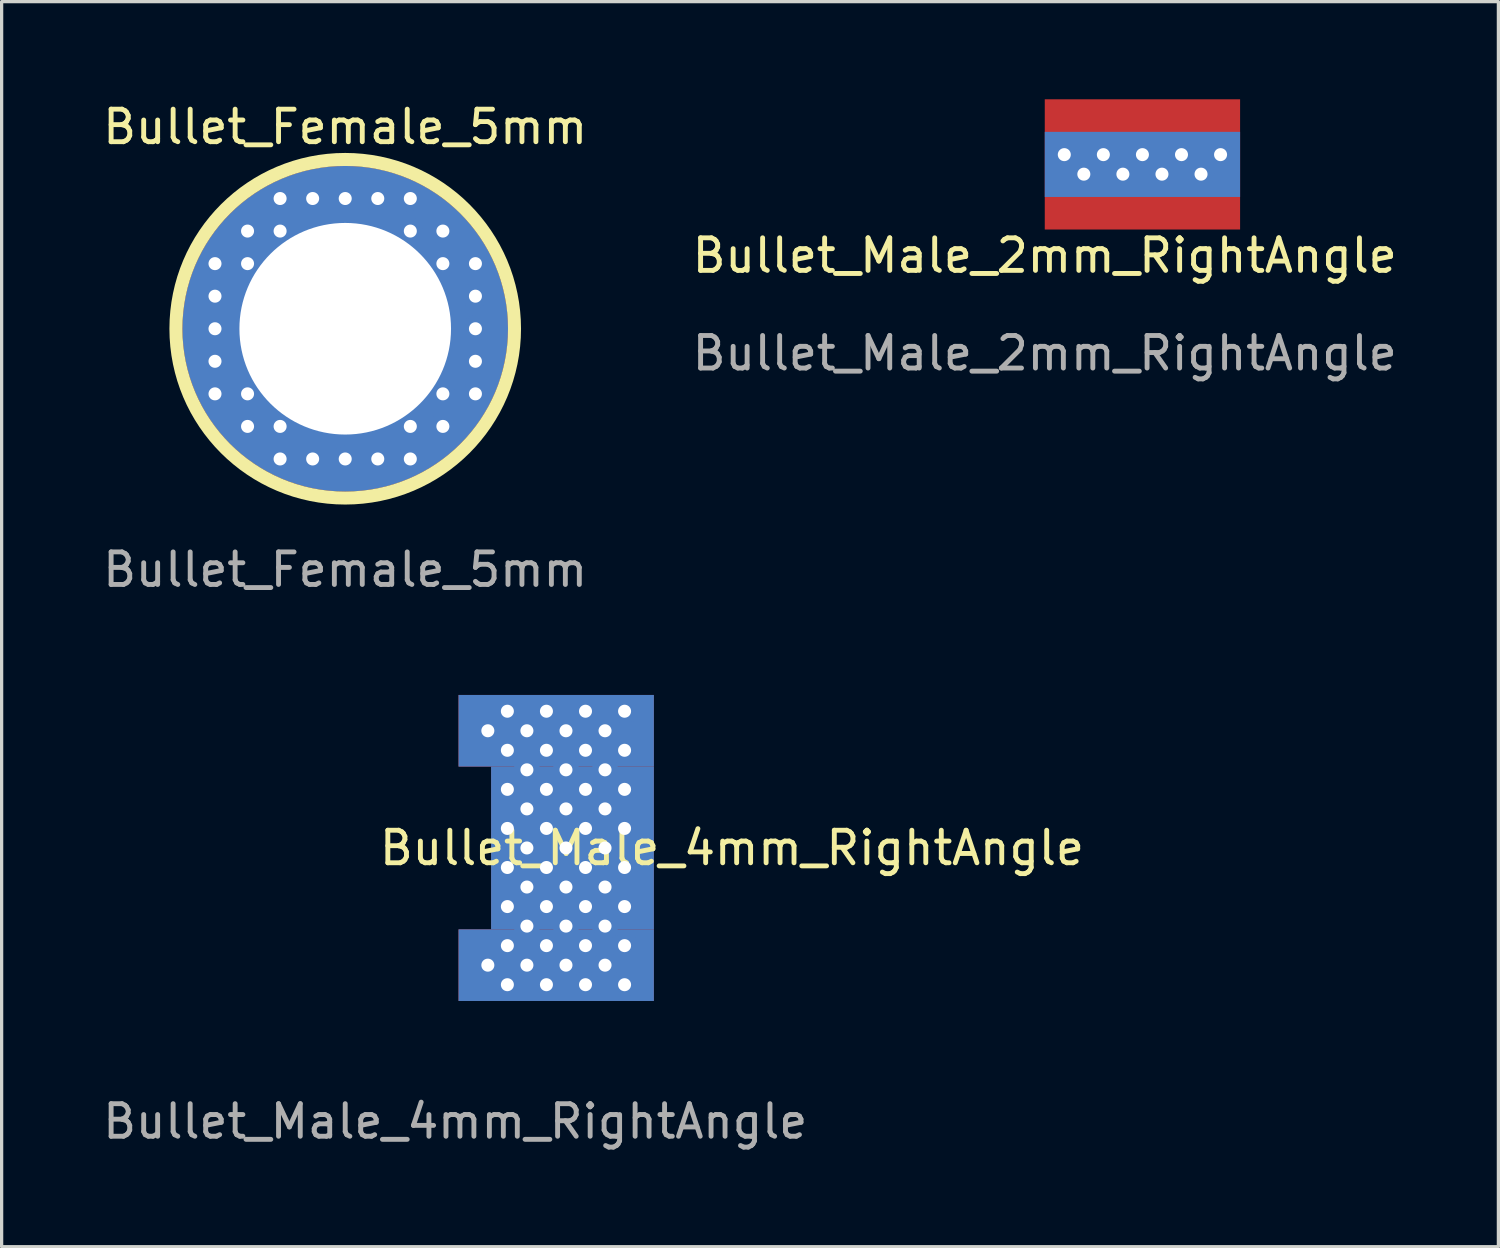
<source format=kicad_pcb>
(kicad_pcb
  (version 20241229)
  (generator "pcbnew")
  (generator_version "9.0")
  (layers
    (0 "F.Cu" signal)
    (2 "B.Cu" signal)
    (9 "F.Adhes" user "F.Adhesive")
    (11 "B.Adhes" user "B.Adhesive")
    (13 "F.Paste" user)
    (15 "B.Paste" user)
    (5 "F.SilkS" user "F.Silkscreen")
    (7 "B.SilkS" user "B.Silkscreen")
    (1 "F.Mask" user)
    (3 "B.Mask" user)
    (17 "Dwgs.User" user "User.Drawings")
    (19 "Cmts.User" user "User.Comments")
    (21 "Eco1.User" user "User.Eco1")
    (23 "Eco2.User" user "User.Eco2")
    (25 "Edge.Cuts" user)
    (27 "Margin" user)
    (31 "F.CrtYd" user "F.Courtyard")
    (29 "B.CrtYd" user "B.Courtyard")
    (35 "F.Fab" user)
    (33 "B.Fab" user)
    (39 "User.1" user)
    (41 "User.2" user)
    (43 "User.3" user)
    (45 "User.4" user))
  (footprint "Bullet_Male_2mm_RightAngle"
    (layer "F.Cu")
    (at 29.042 2)
    (property "Reference" "Bullet_Male_2mm_RightAngle" (at 0 2.8 0) (unlocked yes) (layer "F.SilkS") (effects (font (size 1 1) (thickness 0.15))))
    (attr smd)
    (fp_text user "${REFERENCE}" (at 0 5.8 0) (unlocked yes) (layer "F.Fab") (effects (font (size 1 1) (thickness 0.15))))
    (pad "1" thru_hole circle (at 0.6 -0.3) (size 0.8 0.8) (drill 0.4) (layers "*.Cu"))
    (pad "1" thru_hole circle (at 1.2 0.3) (size 0.8 0.8) (drill 0.4) (layers "*.Cu"))
    (pad "1" thru_hole circle (at 1.8 -0.3) (size 0.8 0.8) (drill 0.4) (layers "*.Cu"))
    (pad "1" thru_hole circle (at 2.4 0.3) (size 0.8 0.8) (drill 0.4) (layers "*.Cu"))
    (pad "1" thru_hole circle (at 3 -0.3) (size 0.8 0.8) (drill 0.4) (layers "*.Cu"))
    (pad "1" smd rect (at 3 0) (size 6 2) (layers "B.Cu"))
    (pad "1" smd rect (at 3 0) (size 6 4) (layers "F.Cu" "F.Mask" "F.Paste"))
    (pad "1" thru_hole circle (at 3.6 0.3) (size 0.8 0.8) (drill 0.4) (layers "*.Cu"))
    (pad "1" thru_hole circle (at 4.2 -0.3) (size 0.8 0.8) (drill 0.4) (layers "*.Cu"))
    (pad "1" thru_hole circle (at 4.8 0.3) (size 0.8 0.8) (drill 0.4) (layers "*.Cu"))
    (pad "1" thru_hole circle (at 5.4 -0.3) (size 0.8 0.8) (drill 0.4) (layers "*.Cu")))
  (footprint "Bullet_Male_4mm_RightAngle"
    (layer "F.Cu")
    (at 10.935 22.997)
    (property "Reference" "Bullet_Male_4mm_RightAngle" (at 8.5 0 0) (unlocked yes) (layer "F.SilkS") (effects (font (size 1 1) (thickness 0.15))))
    (attr through_hole)
    (fp_text user "${REFERENCE}" (at 0 8.4 0) (unlocked yes) (layer "F.Fab") (effects (font (size 1 1) (thickness 0.15))))
    (pad "1" thru_hole circle (at 1 -3.6) (size 0.8 0.8) (drill 0.4) (layers "*.Cu"))
    (pad "1" thru_hole circle (at 1 3.6) (size 0.8 0.8) (drill 0.4) (layers "*.Cu"))
    (pad "1" thru_hole circle (at 1.6 -4.2) (size 0.8 0.8) (drill 0.4) (layers "*.Cu"))
    (pad "1" thru_hole circle (at 1.6 -3) (size 0.8 0.8) (drill 0.4) (layers "*.Cu"))
    (pad "1" thru_hole circle (at 1.6 -1.8) (size 0.8 0.8) (drill 0.4) (layers "*.Cu"))
    (pad "1" thru_hole circle (at 1.6 -0.6) (size 0.8 0.8) (drill 0.4) (layers "*.Cu"))
    (pad "1" thru_hole circle (at 1.6 0.6) (size 0.8 0.8) (drill 0.4) (layers "*.Cu"))
    (pad "1" thru_hole circle (at 1.6 1.8) (size 0.8 0.8) (drill 0.4) (layers "*.Cu"))
    (pad "1" thru_hole circle (at 1.6 3) (size 0.8 0.8) (drill 0.4) (layers "*.Cu"))
    (pad "1" thru_hole circle (at 1.6 4.2) (size 0.8 0.8) (drill 0.4) (layers "*.Cu"))
    (pad "1" thru_hole circle (at 2.2 -3.6) (size 0.8 0.8) (drill 0.4) (layers "*.Cu"))
    (pad "1" thru_hole circle (at 2.2 -2.4) (size 0.8 0.8) (drill 0.4) (layers "*.Cu"))
    (pad "1" thru_hole circle (at 2.2 -1.2) (size 0.8 0.8) (drill 0.4) (layers "*.Cu"))
    (pad "1" thru_hole circle (at 2.2 0) (size 0.8 0.8) (drill 0.4) (layers "*.Cu"))
    (pad "1" thru_hole circle (at 2.2 1.2) (size 0.8 0.8) (drill 0.4) (layers "*.Cu"))
    (pad "1" thru_hole circle (at 2.2 2.4) (size 0.8 0.8) (drill 0.4) (layers "*.Cu"))
    (pad "1" thru_hole circle (at 2.2 3.6) (size 0.8 0.8) (drill 0.4) (layers "*.Cu"))
    (pad "1" thru_hole circle (at 2.8 -4.2) (size 0.8 0.8) (drill 0.4) (layers "*.Cu"))
    (pad "1" thru_hole circle (at 2.8 -3) (size 0.8 0.8) (drill 0.4) (layers "*.Cu"))
    (pad "1" thru_hole circle (at 2.8 -1.8) (size 0.8 0.8) (drill 0.4) (layers "*.Cu"))
    (pad "1" thru_hole circle (at 2.8 -0.6) (size 0.8 0.8) (drill 0.4) (layers "*.Cu"))
    (pad "1" thru_hole circle (at 2.8 0.6) (size 0.8 0.8) (drill 0.4) (layers "*.Cu"))
    (pad "1" thru_hole circle (at 2.8 1.8) (size 0.8 0.8) (drill 0.4) (layers "*.Cu"))
    (pad "1" thru_hole circle (at 2.8 3) (size 0.8 0.8) (drill 0.4) (layers "*.Cu"))
    (pad "1" thru_hole circle (at 2.8 4.2) (size 0.8 0.8) (drill 0.4) (layers "*.Cu"))
    (pad "1" smd rect (at 3.1 -3.6) (size 6 2.2) (layers "F.Cu" "F.Mask" "F.Paste"))
    (pad "1" smd rect (at 3.1 -3.6) (size 6 2.2) (layers "B.Cu"))
    (pad "1" smd rect (at 3.1 3.6) (size 6 2.2) (layers "F.Cu" "F.Mask" "F.Paste"))
    (pad "1" smd rect (at 3.1 3.6) (size 6 2.2) (layers "B.Cu"))
    (pad "1" thru_hole circle (at 3.4 -3.6) (size 0.8 0.8) (drill 0.4) (layers "*.Cu"))
    (pad "1" thru_hole circle (at 3.4 -2.4) (size 0.8 0.8) (drill 0.4) (layers "*.Cu"))
    (pad "1" thru_hole circle (at 3.4 -1.2) (size 0.8 0.8) (drill 0.4) (layers "*.Cu"))
    (pad "1" thru_hole circle (at 3.4 0) (size 0.8 0.8) (drill 0.4) (layers "*.Cu"))
    (pad "1" thru_hole circle (at 3.4 1.2) (size 0.8 0.8) (drill 0.4) (layers "*.Cu"))
    (pad "1" thru_hole circle (at 3.4 2.4) (size 0.8 0.8) (drill 0.4) (layers "*.Cu"))
    (pad "1" thru_hole circle (at 3.4 3.6) (size 0.8 0.8) (drill 0.4) (layers "*.Cu"))
    (pad "1" smd rect (at 3.6 0) (size 5 5) (layers "F.Cu" "F.Mask" "F.Paste"))
    (pad "1" smd rect (at 3.6 0) (size 5 5) (layers "B.Cu"))
    (pad "1" thru_hole circle (at 4 -4.2) (size 0.8 0.8) (drill 0.4) (layers "*.Cu"))
    (pad "1" thru_hole circle (at 4 -3) (size 0.8 0.8) (drill 0.4) (layers "*.Cu"))
    (pad "1" thru_hole circle (at 4 -1.8) (size 0.8 0.8) (drill 0.4) (layers "*.Cu"))
    (pad "1" thru_hole circle (at 4 -0.6) (size 0.8 0.8) (drill 0.4) (layers "*.Cu"))
    (pad "1" thru_hole circle (at 4 0.6) (size 0.8 0.8) (drill 0.4) (layers "*.Cu"))
    (pad "1" thru_hole circle (at 4 1.8) (size 0.8 0.8) (drill 0.4) (layers "*.Cu"))
    (pad "1" thru_hole circle (at 4 3) (size 0.8 0.8) (drill 0.4) (layers "*.Cu"))
    (pad "1" thru_hole circle (at 4 4.2) (size 0.8 0.8) (drill 0.4) (layers "*.Cu"))
    (pad "1" thru_hole circle (at 4.6 -3.6) (size 0.8 0.8) (drill 0.4) (layers "*.Cu"))
    (pad "1" thru_hole circle (at 4.6 -2.4) (size 0.8 0.8) (drill 0.4) (layers "*.Cu"))
    (pad "1" thru_hole circle (at 4.6 -1.2) (size 0.8 0.8) (drill 0.4) (layers "*.Cu"))
    (pad "1" thru_hole circle (at 4.6 0) (size 0.8 0.8) (drill 0.4) (layers "*.Cu"))
    (pad "1" thru_hole circle (at 4.6 1.2) (size 0.8 0.8) (drill 0.4) (layers "*.Cu"))
    (pad "1" thru_hole circle (at 4.6 2.4) (size 0.8 0.8) (drill 0.4) (layers "*.Cu"))
    (pad "1" thru_hole circle (at 4.6 3.6) (size 0.8 0.8) (drill 0.4) (layers "*.Cu"))
    (pad "1" thru_hole circle (at 5.2 -4.2) (size 0.8 0.8) (drill 0.4) (layers "*.Cu"))
    (pad "1" thru_hole circle (at 5.2 -3) (size 0.8 0.8) (drill 0.4) (layers "*.Cu"))
    (pad "1" thru_hole circle (at 5.2 -1.8) (size 0.8 0.8) (drill 0.4) (layers "*.Cu"))
    (pad "1" thru_hole circle (at 5.2 -0.6) (size 0.8 0.8) (drill 0.4) (layers "*.Cu"))
    (pad "1" thru_hole circle (at 5.2 0.6) (size 0.8 0.8) (drill 0.4) (layers "*.Cu"))
    (pad "1" thru_hole circle (at 5.2 1.8) (size 0.8 0.8) (drill 0.4) (layers "*.Cu"))
    (pad "1" thru_hole circle (at 5.2 3) (size 0.8 0.8) (drill 0.4) (layers "*.Cu"))
    (pad "1" thru_hole circle (at 5.2 4.2) (size 0.8 0.8) (drill 0.4) (layers "*.Cu")))
  (footprint "Bullet_Female_5mm"
    (layer "F.Cu")
    (at 7.554 7.048)
    (property "Reference" "Bullet_Female_5mm" (at 0 -6.2 0) (unlocked yes) (layer "F.SilkS") (effects (font (size 1 1) (thickness 0.15))))
    (attr through_hole)
    (fp_circle (center 0 0) (end 5.2 0) (stroke (width 0.4) (type default)) (fill no) (layer "F.SilkS"))
    (fp_text user "${REFERENCE}" (at 0 7.4 0) (unlocked yes) (layer "F.Fab") (effects (font (size 1 1) (thickness 0.15))))
    (pad "1" thru_hole circle (at -4 -2) (size 0.8 0.8) (drill 0.4) (layers "*.Cu"))
    (pad "1" thru_hole circle (at -4 -1) (size 0.8 0.8) (drill 0.4) (layers "*.Cu"))
    (pad "1" thru_hole circle (at -4 0) (size 0.8 0.8) (drill 0.4) (layers "*.Cu"))
    (pad "1" thru_hole circle (at -4 1) (size 0.8 0.8) (drill 0.4) (layers "*.Cu"))
    (pad "1" thru_hole circle (at -4 2) (size 0.8 0.8) (drill 0.4) (layers "*.Cu"))
    (pad "1" thru_hole circle (at -3 -3) (size 0.8 0.8) (drill 0.4) (layers "*.Cu"))
    (pad "1" thru_hole circle (at -3 -2) (size 0.8 0.8) (drill 0.4) (layers "*.Cu"))
    (pad "1" thru_hole circle (at -3 2) (size 0.8 0.8) (drill 0.4) (layers "*.Cu"))
    (pad "1" thru_hole circle (at -3 3) (size 0.8 0.8) (drill 0.4) (layers "*.Cu"))
    (pad "1" thru_hole circle (at -2 -4) (size 0.8 0.8) (drill 0.4) (layers "*.Cu"))
    (pad "1" thru_hole circle (at -2 -3) (size 0.8 0.8) (drill 0.4) (layers "*.Cu"))
    (pad "1" thru_hole circle (at -2 3) (size 0.8 0.8) (drill 0.4) (layers "*.Cu"))
    (pad "1" thru_hole circle (at -2 4) (size 0.8 0.8) (drill 0.4) (layers "*.Cu"))
    (pad "1" thru_hole circle (at -1 -4) (size 0.8 0.8) (drill 0.4) (layers "*.Cu"))
    (pad "1" thru_hole circle (at -1 4) (size 0.8 0.8) (drill 0.4) (layers "*.Cu"))
    (pad "1" thru_hole circle (at 0 -4) (size 0.8 0.8) (drill 0.4) (layers "*.Cu"))
    (pad "1" thru_hole circle (at 0 0) (size 10 10) (drill 6.5) (layers "*.Cu" "F.Mask"))
    (pad "1" thru_hole circle (at 0 4) (size 0.8 0.8) (drill 0.4) (layers "*.Cu"))
    (pad "1" thru_hole circle (at 1 -4) (size 0.8 0.8) (drill 0.4) (layers "*.Cu"))
    (pad "1" thru_hole circle (at 1 4) (size 0.8 0.8) (drill 0.4) (layers "*.Cu"))
    (pad "1" thru_hole circle (at 2 -4) (size 0.8 0.8) (drill 0.4) (layers "*.Cu"))
    (pad "1" thru_hole circle (at 2 -3) (size 0.8 0.8) (drill 0.4) (layers "*.Cu"))
    (pad "1" thru_hole circle (at 2 3) (size 0.8 0.8) (drill 0.4) (layers "*.Cu"))
    (pad "1" thru_hole circle (at 2 4) (size 0.8 0.8) (drill 0.4) (layers "*.Cu"))
    (pad "1" thru_hole circle (at 3 -3) (size 0.8 0.8) (drill 0.4) (layers "*.Cu"))
    (pad "1" thru_hole circle (at 3 -2) (size 0.8 0.8) (drill 0.4) (layers "*.Cu"))
    (pad "1" thru_hole circle (at 3 2) (size 0.8 0.8) (drill 0.4) (layers "*.Cu"))
    (pad "1" thru_hole circle (at 3 3) (size 0.8 0.8) (drill 0.4) (layers "*.Cu"))
    (pad "1" thru_hole circle (at 4 -2) (size 0.8 0.8) (drill 0.4) (layers "*.Cu"))
    (pad "1" thru_hole circle (at 4 -1) (size 0.8 0.8) (drill 0.4) (layers "*.Cu"))
    (pad "1" thru_hole circle (at 4 0) (size 0.8 0.8) (drill 0.4) (layers "*.Cu"))
    (pad "1" thru_hole circle (at 4 1) (size 0.8 0.8) (drill 0.4) (layers "*.Cu"))
    (pad "1" thru_hole circle (at 4 2) (size 0.8 0.8) (drill 0.4) (layers "*.Cu")))
  (gr_rect
    (start -3 -3)
    (end 42.976 35.245)
    (stroke (width 0.1) (type default))
    (fill no)
    (layer "Edge.Cuts")))
</source>
